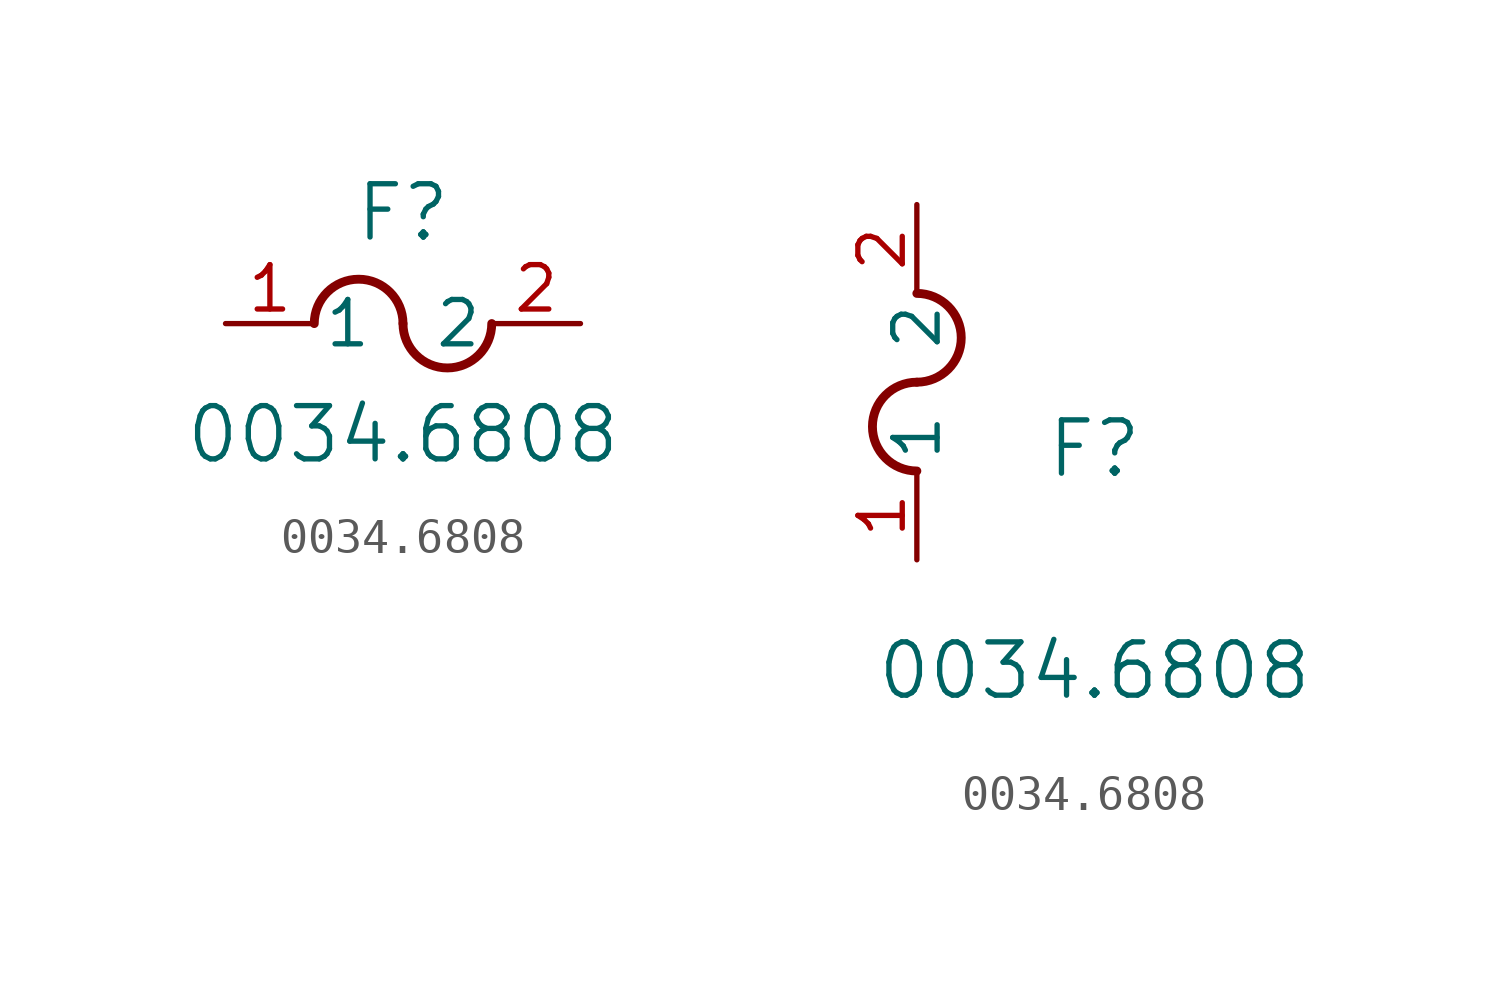
<source format=kicad_sym>
(kicad_symbol_lib
  (version 20211014)
  (generator kicad_symbol_editor)
  (symbol "0034.6808"
    (pin_names
      (offset 0.254))
    (property "Reference" "F"
      (at 5.08 3.175 0)
      (effects (font (size 1.524 1.524))))
    (property "Value" "0034.6808"
      (at 5.08 -3.175 0)
      (effects (font (size 1.524 1.524))))
    (symbol "0034.6808_1_1"
      (arc (start 5.08 0) (mid 3.81 1.27) (end 2.54 0) (stroke (width 0.254) (type default) (color 0 0 0 0)) (fill (type none)))
      (arc (start 5.08 0) (mid 6.35 -1.27) (end 7.62 0) (stroke (width 0.254) (type default) (color 0 0 0 0)) (fill (type none)))
      (pin unspecified line (at 0 0 0) (length 2.54) (name "1" (effects (font (size 1.27 1.27)))) (number "1" (effects (font (size 1.27 1.27)))))
      (pin unspecified line (at 10.16 0 180) (length 2.54) (name "2" (effects (font (size 1.27 1.27)))) (number "2" (effects (font (size 1.27 1.27))))))
    (symbol "0034.6808_1_2"
      (arc (start 0 5.08) (mid -1.27 3.81) (end 0 2.54) (stroke (width 0.254) (type default) (color 0 0 0 0)) (fill (type none)))
      (arc (start 0 5.08) (mid 1.27 6.35) (end 0 7.62) (stroke (width 0.254) (type default) (color 0 0 0 0)) (fill (type none)))
      (pin unspecified line (at 0 0 90) (length 2.54) (name "1" (effects (font (size 1.27 1.27)))) (number "1" (effects (font (size 1.27 1.27)))))
      (pin unspecified line (at 0 10.16 270) (length 2.54) (name "2" (effects (font (size 1.27 1.27)))) (number "2" (effects (font (size 1.27 1.27))))))))
</source>
